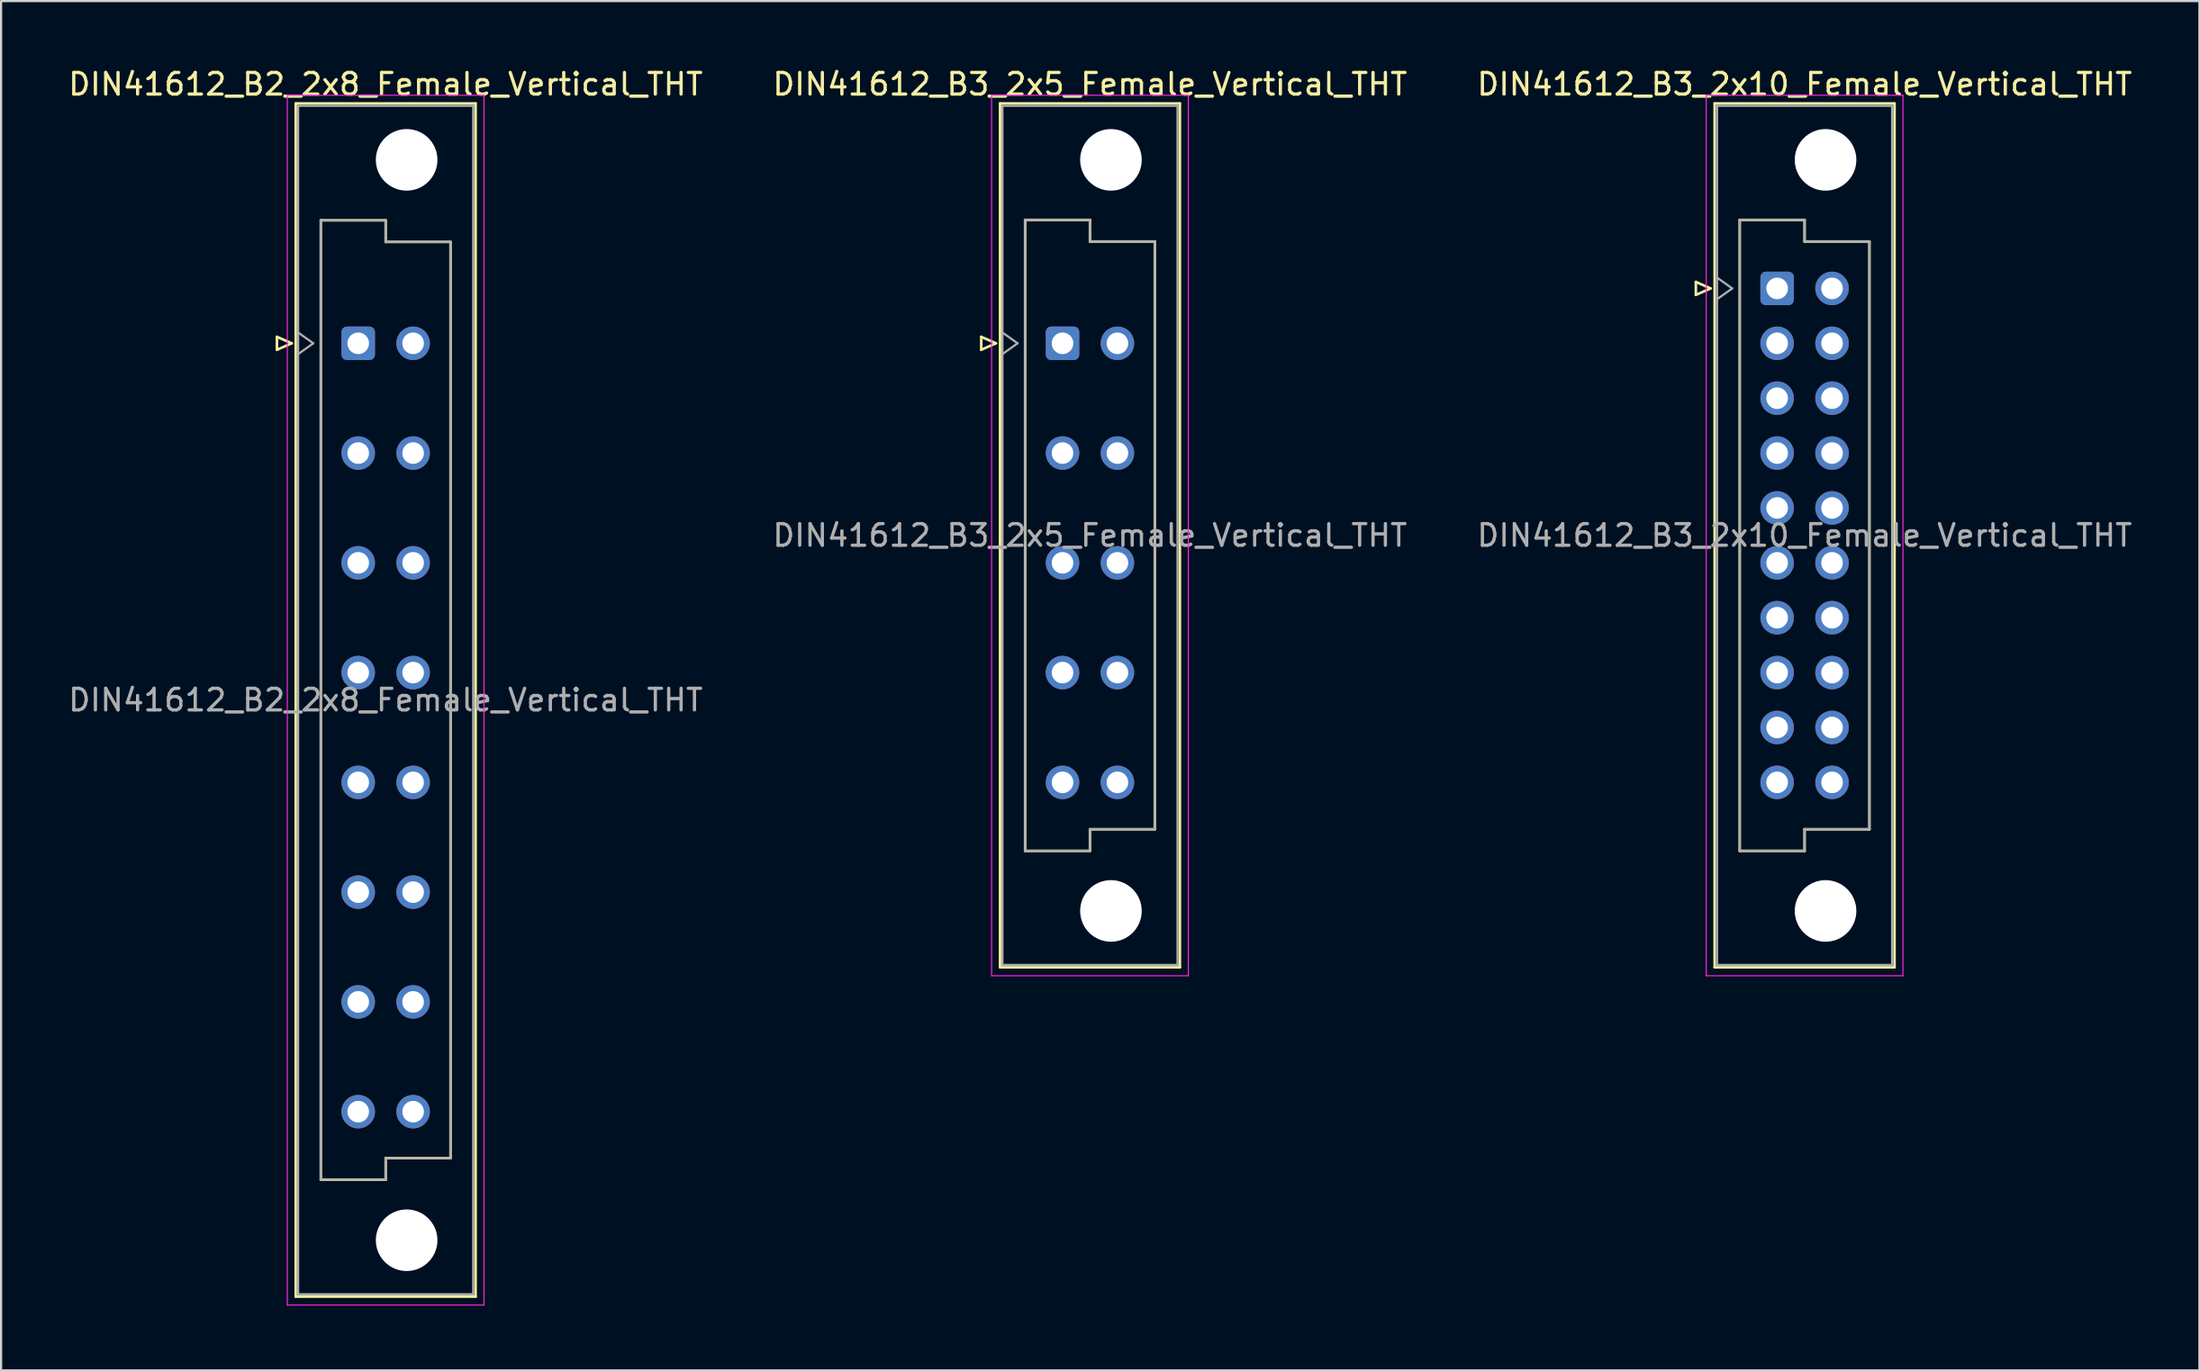
<source format=kicad_pcb>
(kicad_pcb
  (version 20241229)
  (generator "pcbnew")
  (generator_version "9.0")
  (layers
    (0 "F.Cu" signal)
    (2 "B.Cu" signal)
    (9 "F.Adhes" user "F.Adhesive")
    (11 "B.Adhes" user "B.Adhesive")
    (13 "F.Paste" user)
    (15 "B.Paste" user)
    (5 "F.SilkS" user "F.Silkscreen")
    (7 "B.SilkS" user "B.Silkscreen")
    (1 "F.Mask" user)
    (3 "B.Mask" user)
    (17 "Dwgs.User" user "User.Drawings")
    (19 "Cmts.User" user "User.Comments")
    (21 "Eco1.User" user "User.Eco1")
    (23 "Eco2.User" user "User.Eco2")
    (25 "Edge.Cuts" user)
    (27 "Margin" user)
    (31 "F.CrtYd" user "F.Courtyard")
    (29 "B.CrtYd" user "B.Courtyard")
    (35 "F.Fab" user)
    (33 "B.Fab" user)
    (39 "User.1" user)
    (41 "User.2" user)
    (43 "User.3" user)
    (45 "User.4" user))
  (footprint "DIN41612_B2_2x8_Female_Vertical_THT"
    (layer "F.Cu")
    (at 13.522 10.298)
    (property "Reference" "DIN41612_B2_2x8_Female_Vertical_THT" (at 1.27 -9.45 0) (layer "F.SilkS") (effects (font (size 1 1) (thickness 0.15))))
    (attr through_hole)
    (fp_line (start -3.76 2.24) (end -3.76 2.84) (stroke (width 0.12) (type solid)) (layer "F.SilkS"))
    (fp_line (start -3.76 2.84) (end -3.08 2.54) (stroke (width 0.12) (type solid)) (layer "F.SilkS"))
    (fp_line (start -3.08 2.54) (end -3.76 2.24) (stroke (width 0.12) (type solid)) (layer "F.SilkS"))
    (fp_line (start -2.89 -8.56) (end 5.43 -8.56) (stroke (width 0.12) (type solid)) (layer "F.SilkS"))
    (fp_line (start -2.89 46.66) (end -2.89 -8.56) (stroke (width 0.12) (type solid)) (layer "F.SilkS"))
    (fp_line (start -1.73 -3.15) (end 1.27 -3.15) (stroke (width 0.12) (type solid)) (layer "F.SilkS"))
    (fp_line (start -1.73 41.25) (end -1.73 -3.15) (stroke (width 0.12) (type solid)) (layer "F.SilkS"))
    (fp_line (start 1.27 -3.15) (end 1.27 -2.15) (stroke (width 0.12) (type solid)) (layer "F.SilkS"))
    (fp_line (start 1.27 -2.15) (end 4.27 -2.15) (stroke (width 0.12) (type solid)) (layer "F.SilkS"))
    (fp_line (start 1.27 40.25) (end 1.27 41.25) (stroke (width 0.12) (type solid)) (layer "F.SilkS"))
    (fp_line (start 1.27 41.25) (end -1.73 41.25) (stroke (width 0.12) (type solid)) (layer "F.SilkS"))
    (fp_line (start 4.27 -2.15) (end 4.27 40.25) (stroke (width 0.12) (type solid)) (layer "F.SilkS"))
    (fp_line (start 4.27 40.25) (end 1.27 40.25) (stroke (width 0.12) (type solid)) (layer "F.SilkS"))
    (fp_line (start 5.43 -8.56) (end 5.43 46.66) (stroke (width 0.12) (type solid)) (layer "F.SilkS"))
    (fp_line (start 5.43 46.66) (end -2.89 46.66) (stroke (width 0.12) (type solid)) (layer "F.SilkS"))
    (fp_line (start -3.28 -8.94) (end 5.82 -8.94) (stroke (width 0.05) (type solid)) (layer "F.CrtYd"))
    (fp_line (start -3.28 47.05) (end -3.28 -8.94) (stroke (width 0.05) (type solid)) (layer "F.CrtYd"))
    (fp_line (start 5.82 -8.94) (end 5.82 47.05) (stroke (width 0.05) (type solid)) (layer "F.CrtYd"))
    (fp_line (start 5.82 47.05) (end -3.28 47.05) (stroke (width 0.05) (type solid)) (layer "F.CrtYd"))
    (fp_line (start -2.78 -8.45) (end 5.32 -8.45) (stroke (width 0.1) (type solid)) (layer "F.Fab"))
    (fp_line (start -2.78 2.04) (end -2.08 2.54) (stroke (width 0.1) (type solid)) (layer "F.Fab"))
    (fp_line (start -2.78 46.55) (end -2.78 -8.45) (stroke (width 0.1) (type solid)) (layer "F.Fab"))
    (fp_line (start -2.08 2.54) (end -2.78 3.04) (stroke (width 0.1) (type solid)) (layer "F.Fab"))
    (fp_line (start -1.73 -3.15) (end 1.27 -3.15) (stroke (width 0.1) (type solid)) (layer "F.Fab"))
    (fp_line (start -1.73 41.25) (end -1.73 -3.15) (stroke (width 0.1) (type solid)) (layer "F.Fab"))
    (fp_line (start 1.27 -3.15) (end 1.27 -2.15) (stroke (width 0.1) (type solid)) (layer "F.Fab"))
    (fp_line (start 1.27 -2.15) (end 4.27 -2.15) (stroke (width 0.1) (type solid)) (layer "F.Fab"))
    (fp_line (start 1.27 40.25) (end 1.27 41.25) (stroke (width 0.1) (type solid)) (layer "F.Fab"))
    (fp_line (start 1.27 41.25) (end -1.73 41.25) (stroke (width 0.1) (type solid)) (layer "F.Fab"))
    (fp_line (start 4.27 -2.15) (end 4.27 40.25) (stroke (width 0.1) (type solid)) (layer "F.Fab"))
    (fp_line (start 4.27 40.25) (end 1.27 40.25) (stroke (width 0.1) (type solid)) (layer "F.Fab"))
    (fp_line (start 5.32 -8.45) (end 5.32 46.55) (stroke (width 0.1) (type solid)) (layer "F.Fab"))
    (fp_line (start 5.32 46.55) (end -2.78 46.55) (stroke (width 0.1) (type solid)) (layer "F.Fab"))
    (fp_text user "${REFERENCE}" (at 1.27 19.05 0) (layer "F.Fab") (effects (font (size 1 1) (thickness 0.15))))
    (pad "" np_thru_hole circle (at 2.24 -5.95) (size 2.85 2.85) (drill 2.85) (layers "*.Cu" "*.Mask"))
    (pad "" np_thru_hole circle (at 2.24 44.05) (size 2.85 2.85) (drill 2.85) (layers "*.Cu" "*.Mask"))
    (pad "a2" thru_hole roundrect (at 0 2.54) (size 1.55 1.55) (drill 1) (layers "*.Cu" "*.Mask") (roundrect_rratio 0.161))
    (pad "a4" thru_hole circle (at 0 7.62) (size 1.55 1.55) (drill 1) (layers "*.Cu" "*.Mask"))
    (pad "a6" thru_hole circle (at 0 12.7) (size 1.55 1.55) (drill 1) (layers "*.Cu" "*.Mask"))
    (pad "a8" thru_hole circle (at 0 17.78) (size 1.55 1.55) (drill 1) (layers "*.Cu" "*.Mask"))
    (pad "a10" thru_hole circle (at 0 22.86) (size 1.55 1.55) (drill 1) (layers "*.Cu" "*.Mask"))
    (pad "a12" thru_hole circle (at 0 27.94) (size 1.55 1.55) (drill 1) (layers "*.Cu" "*.Mask"))
    (pad "a14" thru_hole circle (at 0 33.02) (size 1.55 1.55) (drill 1) (layers "*.Cu" "*.Mask"))
    (pad "a16" thru_hole circle (at 0 38.1) (size 1.55 1.55) (drill 1) (layers "*.Cu" "*.Mask"))
    (pad "b2" thru_hole circle (at 2.54 2.54) (size 1.55 1.55) (drill 1) (layers "*.Cu" "*.Mask"))
    (pad "b4" thru_hole circle (at 2.54 7.62) (size 1.55 1.55) (drill 1) (layers "*.Cu" "*.Mask"))
    (pad "b6" thru_hole circle (at 2.54 12.7) (size 1.55 1.55) (drill 1) (layers "*.Cu" "*.Mask"))
    (pad "b8" thru_hole circle (at 2.54 17.78) (size 1.55 1.55) (drill 1) (layers "*.Cu" "*.Mask"))
    (pad "b10" thru_hole circle (at 2.54 22.86) (size 1.55 1.55) (drill 1) (layers "*.Cu" "*.Mask"))
    (pad "b12" thru_hole circle (at 2.54 27.94) (size 1.55 1.55) (drill 1) (layers "*.Cu" "*.Mask"))
    (pad "b14" thru_hole circle (at 2.54 33.02) (size 1.55 1.55) (drill 1) (layers "*.Cu" "*.Mask"))
    (pad "b16" thru_hole circle (at 2.54 38.1) (size 1.55 1.55) (drill 1) (layers "*.Cu" "*.Mask")))
  (footprint "DIN41612_B3_2x5_Female_Vertical_THT"
    (layer "F.Cu")
    (at 46.105 10.298)
    (property "Reference" "DIN41612_B3_2x5_Female_Vertical_THT" (at 1.27 -9.45 0) (layer "F.SilkS") (effects (font (size 1 1) (thickness 0.15))))
    (attr through_hole)
    (fp_line (start -3.76 2.24) (end -3.76 2.84) (stroke (width 0.12) (type solid)) (layer "F.SilkS"))
    (fp_line (start -3.76 2.84) (end -3.08 2.54) (stroke (width 0.12) (type solid)) (layer "F.SilkS"))
    (fp_line (start -3.08 2.54) (end -3.76 2.24) (stroke (width 0.12) (type solid)) (layer "F.SilkS"))
    (fp_line (start -2.89 -8.56) (end 5.43 -8.56) (stroke (width 0.12) (type solid)) (layer "F.SilkS"))
    (fp_line (start -2.89 31.42) (end -2.89 -8.56) (stroke (width 0.12) (type solid)) (layer "F.SilkS"))
    (fp_line (start -1.73 -3.17) (end 1.27 -3.17) (stroke (width 0.12) (type solid)) (layer "F.SilkS"))
    (fp_line (start -1.73 26.03) (end -1.73 -3.17) (stroke (width 0.12) (type solid)) (layer "F.SilkS"))
    (fp_line (start 1.27 -3.17) (end 1.27 -2.17) (stroke (width 0.12) (type solid)) (layer "F.SilkS"))
    (fp_line (start 1.27 -2.17) (end 4.27 -2.17) (stroke (width 0.12) (type solid)) (layer "F.SilkS"))
    (fp_line (start 1.27 25.03) (end 1.27 26.03) (stroke (width 0.12) (type solid)) (layer "F.SilkS"))
    (fp_line (start 1.27 26.03) (end -1.73 26.03) (stroke (width 0.12) (type solid)) (layer "F.SilkS"))
    (fp_line (start 4.27 -2.17) (end 4.27 25.03) (stroke (width 0.12) (type solid)) (layer "F.SilkS"))
    (fp_line (start 4.27 25.03) (end 1.27 25.03) (stroke (width 0.12) (type solid)) (layer "F.SilkS"))
    (fp_line (start 5.43 -8.56) (end 5.43 31.42) (stroke (width 0.12) (type solid)) (layer "F.SilkS"))
    (fp_line (start 5.43 31.42) (end -2.89 31.42) (stroke (width 0.12) (type solid)) (layer "F.SilkS"))
    (fp_line (start -3.28 -8.94) (end 5.82 -8.94) (stroke (width 0.05) (type solid)) (layer "F.CrtYd"))
    (fp_line (start -3.28 31.81) (end -3.28 -8.94) (stroke (width 0.05) (type solid)) (layer "F.CrtYd"))
    (fp_line (start 5.82 -8.94) (end 5.82 31.81) (stroke (width 0.05) (type solid)) (layer "F.CrtYd"))
    (fp_line (start 5.82 31.81) (end -3.28 31.81) (stroke (width 0.05) (type solid)) (layer "F.CrtYd"))
    (fp_line (start -2.78 -8.45) (end 5.32 -8.45) (stroke (width 0.1) (type solid)) (layer "F.Fab"))
    (fp_line (start -2.78 2.04) (end -2.08 2.54) (stroke (width 0.1) (type solid)) (layer "F.Fab"))
    (fp_line (start -2.78 31.31) (end -2.78 -8.45) (stroke (width 0.1) (type solid)) (layer "F.Fab"))
    (fp_line (start -2.08 2.54) (end -2.78 3.04) (stroke (width 0.1) (type solid)) (layer "F.Fab"))
    (fp_line (start -1.73 -3.17) (end 1.27 -3.17) (stroke (width 0.1) (type solid)) (layer "F.Fab"))
    (fp_line (start -1.73 26.03) (end -1.73 -3.17) (stroke (width 0.1) (type solid)) (layer "F.Fab"))
    (fp_line (start 1.27 -3.17) (end 1.27 -2.17) (stroke (width 0.1) (type solid)) (layer "F.Fab"))
    (fp_line (start 1.27 -2.17) (end 4.27 -2.17) (stroke (width 0.1) (type solid)) (layer "F.Fab"))
    (fp_line (start 1.27 25.03) (end 1.27 26.03) (stroke (width 0.1) (type solid)) (layer "F.Fab"))
    (fp_line (start 1.27 26.03) (end -1.73 26.03) (stroke (width 0.1) (type solid)) (layer "F.Fab"))
    (fp_line (start 4.27 -2.17) (end 4.27 25.03) (stroke (width 0.1) (type solid)) (layer "F.Fab"))
    (fp_line (start 4.27 25.03) (end 1.27 25.03) (stroke (width 0.1) (type solid)) (layer "F.Fab"))
    (fp_line (start 5.32 -8.45) (end 5.32 31.31) (stroke (width 0.1) (type solid)) (layer "F.Fab"))
    (fp_line (start 5.32 31.31) (end -2.78 31.31) (stroke (width 0.1) (type solid)) (layer "F.Fab"))
    (fp_text user "${REFERENCE}" (at 1.27 11.43 0) (layer "F.Fab") (effects (font (size 1 1) (thickness 0.15))))
    (pad "" np_thru_hole circle (at 2.24 -5.95) (size 2.85 2.85) (drill 2.85) (layers "*.Cu" "*.Mask"))
    (pad "" np_thru_hole circle (at 2.24 28.81) (size 2.85 2.85) (drill 2.85) (layers "*.Cu" "*.Mask"))
    (pad "a2" thru_hole roundrect (at 0 2.54) (size 1.55 1.55) (drill 1) (layers "*.Cu" "*.Mask") (roundrect_rratio 0.161))
    (pad "a4" thru_hole circle (at 0 7.62) (size 1.55 1.55) (drill 1) (layers "*.Cu" "*.Mask"))
    (pad "a6" thru_hole circle (at 0 12.7) (size 1.55 1.55) (drill 1) (layers "*.Cu" "*.Mask"))
    (pad "a8" thru_hole circle (at 0 17.78) (size 1.55 1.55) (drill 1) (layers "*.Cu" "*.Mask"))
    (pad "a10" thru_hole circle (at 0 22.86) (size 1.55 1.55) (drill 1) (layers "*.Cu" "*.Mask"))
    (pad "b2" thru_hole circle (at 2.54 2.54) (size 1.55 1.55) (drill 1) (layers "*.Cu" "*.Mask"))
    (pad "b4" thru_hole circle (at 2.54 7.62) (size 1.55 1.55) (drill 1) (layers "*.Cu" "*.Mask"))
    (pad "b6" thru_hole circle (at 2.54 12.7) (size 1.55 1.55) (drill 1) (layers "*.Cu" "*.Mask"))
    (pad "b8" thru_hole circle (at 2.54 17.78) (size 1.55 1.55) (drill 1) (layers "*.Cu" "*.Mask"))
    (pad "b10" thru_hole circle (at 2.54 22.86) (size 1.55 1.55) (drill 1) (layers "*.Cu" "*.Mask")))
  (footprint "DIN41612_B3_2x10_Female_Vertical_THT"
    (layer "F.Cu")
    (at 79.165 10.298)
    (property "Reference" "DIN41612_B3_2x10_Female_Vertical_THT" (at 1.27 -9.45 0) (layer "F.SilkS") (effects (font (size 1 1) (thickness 0.15))))
    (attr through_hole)
    (fp_line (start -3.76 -0.3) (end -3.76 0.3) (stroke (width 0.12) (type solid)) (layer "F.SilkS"))
    (fp_line (start -3.76 0.3) (end -3.08 0) (stroke (width 0.12) (type solid)) (layer "F.SilkS"))
    (fp_line (start -3.08 0) (end -3.76 -0.3) (stroke (width 0.12) (type solid)) (layer "F.SilkS"))
    (fp_line (start -2.89 -8.56) (end 5.43 -8.56) (stroke (width 0.12) (type solid)) (layer "F.SilkS"))
    (fp_line (start -2.89 31.42) (end -2.89 -8.56) (stroke (width 0.12) (type solid)) (layer "F.SilkS"))
    (fp_line (start -1.73 -3.17) (end 1.27 -3.17) (stroke (width 0.12) (type solid)) (layer "F.SilkS"))
    (fp_line (start -1.73 26.03) (end -1.73 -3.17) (stroke (width 0.12) (type solid)) (layer "F.SilkS"))
    (fp_line (start 1.27 -3.17) (end 1.27 -2.17) (stroke (width 0.12) (type solid)) (layer "F.SilkS"))
    (fp_line (start 1.27 -2.17) (end 4.27 -2.17) (stroke (width 0.12) (type solid)) (layer "F.SilkS"))
    (fp_line (start 1.27 25.03) (end 1.27 26.03) (stroke (width 0.12) (type solid)) (layer "F.SilkS"))
    (fp_line (start 1.27 26.03) (end -1.73 26.03) (stroke (width 0.12) (type solid)) (layer "F.SilkS"))
    (fp_line (start 4.27 -2.17) (end 4.27 25.03) (stroke (width 0.12) (type solid)) (layer "F.SilkS"))
    (fp_line (start 4.27 25.03) (end 1.27 25.03) (stroke (width 0.12) (type solid)) (layer "F.SilkS"))
    (fp_line (start 5.43 -8.56) (end 5.43 31.42) (stroke (width 0.12) (type solid)) (layer "F.SilkS"))
    (fp_line (start 5.43 31.42) (end -2.89 31.42) (stroke (width 0.12) (type solid)) (layer "F.SilkS"))
    (fp_line (start -3.28 -8.94) (end 5.82 -8.94) (stroke (width 0.05) (type solid)) (layer "F.CrtYd"))
    (fp_line (start -3.28 31.81) (end -3.28 -8.94) (stroke (width 0.05) (type solid)) (layer "F.CrtYd"))
    (fp_line (start 5.82 -8.94) (end 5.82 31.81) (stroke (width 0.05) (type solid)) (layer "F.CrtYd"))
    (fp_line (start 5.82 31.81) (end -3.28 31.81) (stroke (width 0.05) (type solid)) (layer "F.CrtYd"))
    (fp_line (start -2.78 -8.45) (end 5.32 -8.45) (stroke (width 0.1) (type solid)) (layer "F.Fab"))
    (fp_line (start -2.78 -0.5) (end -2.08 0) (stroke (width 0.1) (type solid)) (layer "F.Fab"))
    (fp_line (start -2.78 31.31) (end -2.78 -8.45) (stroke (width 0.1) (type solid)) (layer "F.Fab"))
    (fp_line (start -2.08 0) (end -2.78 0.5) (stroke (width 0.1) (type solid)) (layer "F.Fab"))
    (fp_line (start -1.73 -3.17) (end 1.27 -3.17) (stroke (width 0.1) (type solid)) (layer "F.Fab"))
    (fp_line (start -1.73 26.03) (end -1.73 -3.17) (stroke (width 0.1) (type solid)) (layer "F.Fab"))
    (fp_line (start 1.27 -3.17) (end 1.27 -2.17) (stroke (width 0.1) (type solid)) (layer "F.Fab"))
    (fp_line (start 1.27 -2.17) (end 4.27 -2.17) (stroke (width 0.1) (type solid)) (layer "F.Fab"))
    (fp_line (start 1.27 25.03) (end 1.27 26.03) (stroke (width 0.1) (type solid)) (layer "F.Fab"))
    (fp_line (start 1.27 26.03) (end -1.73 26.03) (stroke (width 0.1) (type solid)) (layer "F.Fab"))
    (fp_line (start 4.27 -2.17) (end 4.27 25.03) (stroke (width 0.1) (type solid)) (layer "F.Fab"))
    (fp_line (start 4.27 25.03) (end 1.27 25.03) (stroke (width 0.1) (type solid)) (layer "F.Fab"))
    (fp_line (start 5.32 -8.45) (end 5.32 31.31) (stroke (width 0.1) (type solid)) (layer "F.Fab"))
    (fp_line (start 5.32 31.31) (end -2.78 31.31) (stroke (width 0.1) (type solid)) (layer "F.Fab"))
    (fp_text user "${REFERENCE}" (at 1.27 11.43 0) (layer "F.Fab") (effects (font (size 1 1) (thickness 0.15))))
    (pad "" np_thru_hole circle (at 2.24 -5.95) (size 2.85 2.85) (drill 2.85) (layers "*.Cu" "*.Mask"))
    (pad "" np_thru_hole circle (at 2.24 28.81) (size 2.85 2.85) (drill 2.85) (layers "*.Cu" "*.Mask"))
    (pad "a1" thru_hole roundrect (at 0 0) (size 1.55 1.55) (drill 1) (layers "*.Cu" "*.Mask") (roundrect_rratio 0.161))
    (pad "a2" thru_hole circle (at 0 2.54) (size 1.55 1.55) (drill 1) (layers "*.Cu" "*.Mask"))
    (pad "a3" thru_hole circle (at 0 5.08) (size 1.55 1.55) (drill 1) (layers "*.Cu" "*.Mask"))
    (pad "a4" thru_hole circle (at 0 7.62) (size 1.55 1.55) (drill 1) (layers "*.Cu" "*.Mask"))
    (pad "a5" thru_hole circle (at 0 10.16) (size 1.55 1.55) (drill 1) (layers "*.Cu" "*.Mask"))
    (pad "a6" thru_hole circle (at 0 12.7) (size 1.55 1.55) (drill 1) (layers "*.Cu" "*.Mask"))
    (pad "a7" thru_hole circle (at 0 15.24) (size 1.55 1.55) (drill 1) (layers "*.Cu" "*.Mask"))
    (pad "a8" thru_hole circle (at 0 17.78) (size 1.55 1.55) (drill 1) (layers "*.Cu" "*.Mask"))
    (pad "a9" thru_hole circle (at 0 20.32) (size 1.55 1.55) (drill 1) (layers "*.Cu" "*.Mask"))
    (pad "a10" thru_hole circle (at 0 22.86) (size 1.55 1.55) (drill 1) (layers "*.Cu" "*.Mask"))
    (pad "b1" thru_hole circle (at 2.54 0) (size 1.55 1.55) (drill 1) (layers "*.Cu" "*.Mask"))
    (pad "b2" thru_hole circle (at 2.54 2.54) (size 1.55 1.55) (drill 1) (layers "*.Cu" "*.Mask"))
    (pad "b3" thru_hole circle (at 2.54 5.08) (size 1.55 1.55) (drill 1) (layers "*.Cu" "*.Mask"))
    (pad "b4" thru_hole circle (at 2.54 7.62) (size 1.55 1.55) (drill 1) (layers "*.Cu" "*.Mask"))
    (pad "b5" thru_hole circle (at 2.54 10.16) (size 1.55 1.55) (drill 1) (layers "*.Cu" "*.Mask"))
    (pad "b6" thru_hole circle (at 2.54 12.7) (size 1.55 1.55) (drill 1) (layers "*.Cu" "*.Mask"))
    (pad "b7" thru_hole circle (at 2.54 15.24) (size 1.55 1.55) (drill 1) (layers "*.Cu" "*.Mask"))
    (pad "b8" thru_hole circle (at 2.54 17.78) (size 1.55 1.55) (drill 1) (layers "*.Cu" "*.Mask"))
    (pad "b9" thru_hole circle (at 2.54 20.32) (size 1.55 1.55) (drill 1) (layers "*.Cu" "*.Mask"))
    (pad "b10" thru_hole circle (at 2.54 22.86) (size 1.55 1.55) (drill 1) (layers "*.Cu" "*.Mask")))
  (gr_rect
    (start -3 -3)
    (end 98.702 60.373)
    (stroke (width 0.1) (type default))
    (fill no)
    (layer "Edge.Cuts")))
</source>
